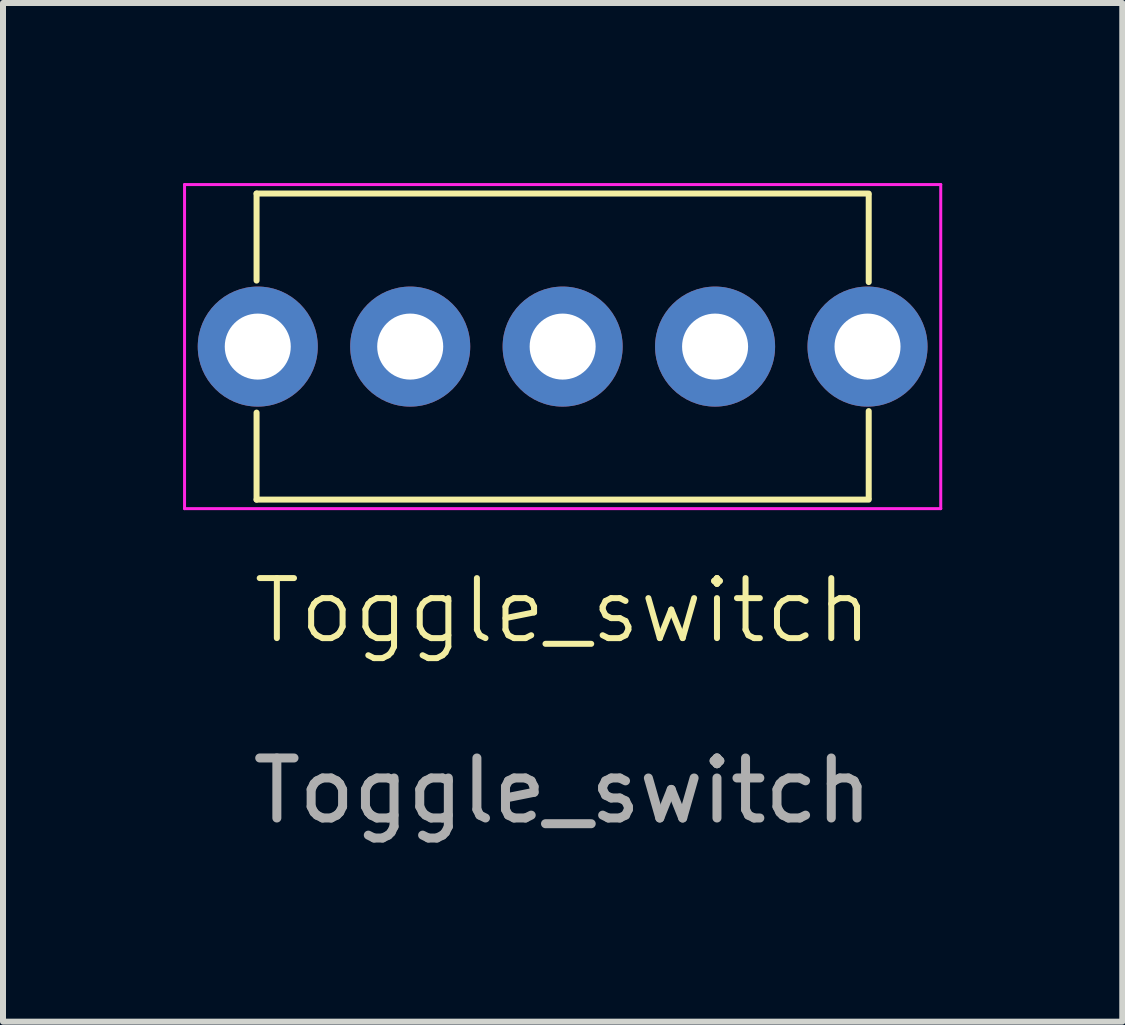
<source format=kicad_pcb>
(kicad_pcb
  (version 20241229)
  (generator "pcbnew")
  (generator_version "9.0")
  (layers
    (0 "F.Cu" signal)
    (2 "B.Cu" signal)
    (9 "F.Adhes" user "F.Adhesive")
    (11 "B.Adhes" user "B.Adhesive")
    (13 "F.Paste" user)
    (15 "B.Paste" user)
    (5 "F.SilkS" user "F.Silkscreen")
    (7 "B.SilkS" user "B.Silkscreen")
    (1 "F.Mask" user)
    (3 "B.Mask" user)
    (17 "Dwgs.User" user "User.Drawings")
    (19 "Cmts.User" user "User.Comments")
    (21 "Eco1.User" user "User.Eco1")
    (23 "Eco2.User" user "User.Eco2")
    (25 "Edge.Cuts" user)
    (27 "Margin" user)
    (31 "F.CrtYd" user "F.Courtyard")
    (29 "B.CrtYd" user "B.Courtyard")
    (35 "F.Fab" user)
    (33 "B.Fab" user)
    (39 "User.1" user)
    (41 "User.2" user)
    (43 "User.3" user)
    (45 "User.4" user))
  (footprint "Toggle_switch"
    (layer "F.Cu")
    (at 6.325 2.725)
    (property "Reference" "Toggle_switch" (at 0 4.4 0) (unlocked yes) (layer "F.SilkS") (effects (font (size 1 1) (thickness 0.1))))
    (attr through_hole)
    (fp_line (start -5.1 -2.55) (end -5.1 -1.1) (stroke (width 0.1) (type default)) (layer "F.SilkS"))
    (fp_line (start -5.1 -2.55) (end 5.1 -2.55) (stroke (width 0.1) (type default)) (layer "F.SilkS"))
    (fp_line (start -5.1 1.1) (end -5.1 2.55) (stroke (width 0.1) (type default)) (layer "F.SilkS"))
    (fp_line (start -5.1 2.55) (end 5.1 2.55) (stroke (width 0.1) (type default)) (layer "F.SilkS"))
    (fp_line (start 5.1 -2.525) (end 5.1 -1.075) (stroke (width 0.1) (type default)) (layer "F.SilkS"))
    (fp_line (start 5.1 1.075) (end 5.1 2.525) (stroke (width 0.1) (type default)) (layer "F.SilkS"))
    (fp_line (start -6.3 -2.7) (end 6.3 -2.7) (stroke (width 0.05) (type default)) (layer "F.CrtYd"))
    (fp_line (start -6.3 2.7) (end -6.3 -2.7) (stroke (width 0.05) (type default)) (layer "F.CrtYd"))
    (fp_line (start 6.3 -2.7) (end 6.3 2.7) (stroke (width 0.05) (type default)) (layer "F.CrtYd"))
    (fp_line (start 6.3 2.7) (end -6.3 2.7) (stroke (width 0.05) (type default)) (layer "F.CrtYd"))
    (fp_text user "${REFERENCE}" (at 0 7.4 0) (unlocked yes) (layer "F.Fab") (effects (font (size 1 1) (thickness 0.15))))
    (pad "1" thru_hole circle (at -2.54 0) (size 2 2) (drill 1.1) (layers "*.Cu" "*.Mask"))
    (pad "2" thru_hole circle (at 0 0) (size 2 2) (drill 1.1) (layers "*.Cu" "*.Mask"))
    (pad "3" thru_hole circle (at 2.54 0) (size 2 2) (drill 1.1) (layers "*.Cu" "*.Mask"))
    (pad "MP" thru_hole circle (at -5.08 0) (size 2 2) (drill 1.1) (layers "*.Cu" "*.Mask"))
    (pad "MP" thru_hole circle (at 5.08 0) (size 2 2) (drill 1.1) (layers "*.Cu" "*.Mask")))
  (gr_rect
    (start -3 -3)
    (end 15.65 13.973)
    (stroke (width 0.1) (type default))
    (fill no)
    (layer "Edge.Cuts")))
</source>
